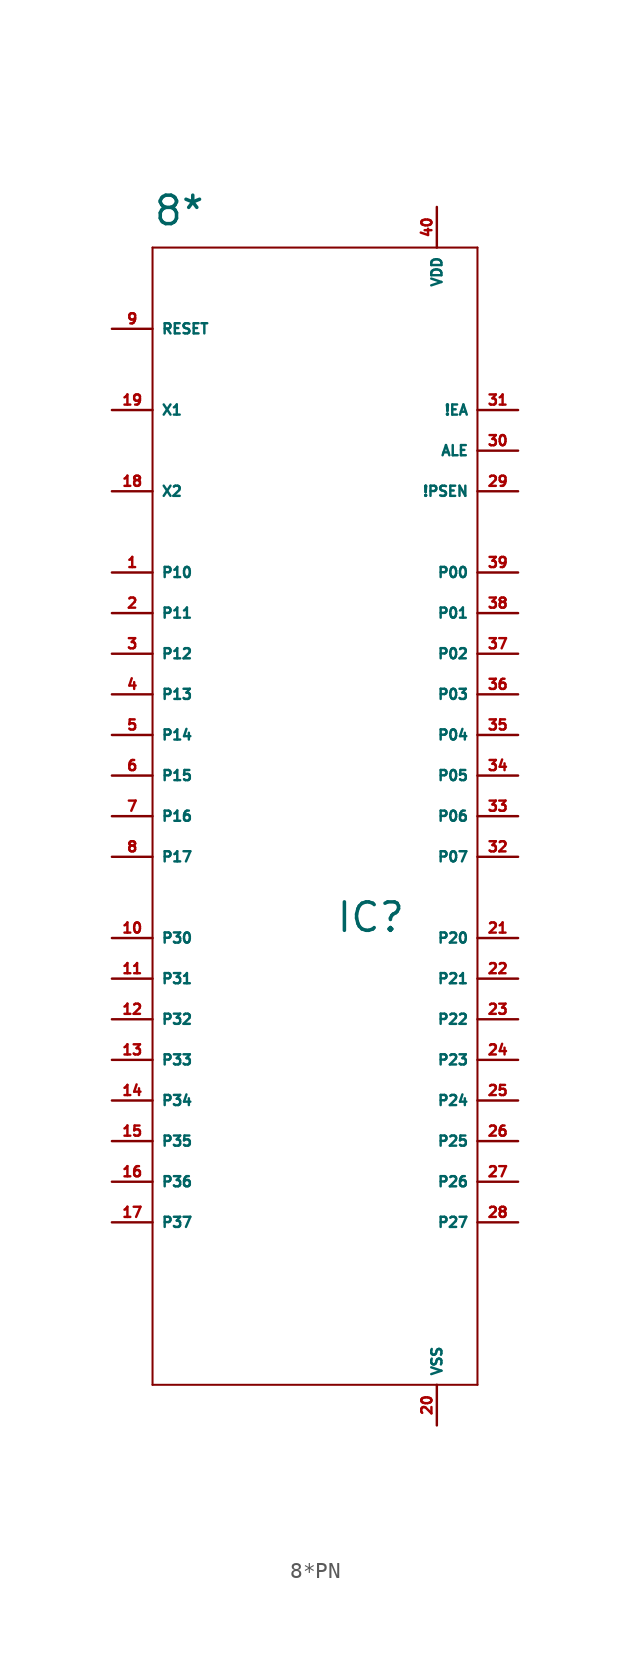
<source format=kicad_sym>
(kicad_symbol_lib
  (version 20220914)
  (generator Eagle2Kicad)
  (symbol "8*PN"
    (property "Reference" "IC"
      (at 1.27 -4.826 0)
      (effects (font (size 1.778 1.778) (thickness 0.22)) (justify left bottom)))
    (property "Value" "8*"
      (at -10.16 39.37 0)
      (effects (font (size 1.778 1.778) (thickness 0.22)) (justify left bottom)))
    (polyline
      (pts (xy -10.16 38.1) (xy 10.16 38.1))
      (stroke (width 0.127) (type default))
      (fill (type none)))
    (polyline
      (pts (xy 10.16 38.1) (xy 10.16 -33.02))
      (stroke (width 0.127) (type default))
      (fill (type none)))
    (polyline
      (pts (xy 10.16 -33.02) (xy -10.16 -33.02))
      (stroke (width 0.127) (type default))
      (fill (type none)))
    (polyline
      (pts (xy -10.16 -33.02) (xy -10.16 38.1))
      (stroke (width 0.127) (type default))
      (fill (type none)))
    (pin bidirectional line
      (at -12.7 5.08 0)
      (length 2.54)
      (name "P15" (effects (font (size 0.635 0.635) (thickness 0.08)) (justify left bottom)))
      (number "6" (effects (font (size 0.635 0.635) (thickness 0.08)) (justify left bottom))))
    (pin bidirectional line
      (at -12.7 2.54 0)
      (length 2.54)
      (name "P16" (effects (font (size 0.635 0.635) (thickness 0.08)) (justify left bottom)))
      (number "7" (effects (font (size 0.635 0.635) (thickness 0.08)) (justify left bottom))))
    (pin bidirectional line
      (at -12.7 0 0)
      (length 2.54)
      (name "P17" (effects (font (size 0.635 0.635) (thickness 0.08)) (justify left bottom)))
      (number "8" (effects (font (size 0.635 0.635) (thickness 0.08)) (justify left bottom))))
    (pin bidirectional line
      (at -12.7 33.02 0)
      (length 2.54)
      (name "RESET" (effects (font (size 0.635 0.635) (thickness 0.08)) (justify left bottom)))
      (number "9" (effects (font (size 0.635 0.635) (thickness 0.08)) (justify left bottom))))
    (pin bidirectional line
      (at -12.7 -5.08 0)
      (length 2.54)
      (name "P30" (effects (font (size 0.635 0.635) (thickness 0.08)) (justify left bottom)))
      (number "10" (effects (font (size 0.635 0.635) (thickness 0.08)) (justify left bottom))))
    (pin bidirectional line
      (at -12.7 -7.62 0)
      (length 2.54)
      (name "P31" (effects (font (size 0.635 0.635) (thickness 0.08)) (justify left bottom)))
      (number "11" (effects (font (size 0.635 0.635) (thickness 0.08)) (justify left bottom))))
    (pin bidirectional line
      (at -12.7 -10.16 0)
      (length 2.54)
      (name "P32" (effects (font (size 0.635 0.635) (thickness 0.08)) (justify left bottom)))
      (number "12" (effects (font (size 0.635 0.635) (thickness 0.08)) (justify left bottom))))
    (pin bidirectional line
      (at -12.7 -12.7 0)
      (length 2.54)
      (name "P33" (effects (font (size 0.635 0.635) (thickness 0.08)) (justify left bottom)))
      (number "13" (effects (font (size 0.635 0.635) (thickness 0.08)) (justify left bottom))))
    (pin bidirectional line
      (at -12.7 -15.24 0)
      (length 2.54)
      (name "P34" (effects (font (size 0.635 0.635) (thickness 0.08)) (justify left bottom)))
      (number "14" (effects (font (size 0.635 0.635) (thickness 0.08)) (justify left bottom))))
    (pin bidirectional line
      (at -12.7 -17.78 0)
      (length 2.54)
      (name "P35" (effects (font (size 0.635 0.635) (thickness 0.08)) (justify left bottom)))
      (number "15" (effects (font (size 0.635 0.635) (thickness 0.08)) (justify left bottom))))
    (pin bidirectional line
      (at -12.7 -20.32 0)
      (length 2.54)
      (name "P36" (effects (font (size 0.635 0.635) (thickness 0.08)) (justify left bottom)))
      (number "16" (effects (font (size 0.635 0.635) (thickness 0.08)) (justify left bottom))))
    (pin bidirectional line
      (at -12.7 -22.86 0)
      (length 2.54)
      (name "P37" (effects (font (size 0.635 0.635) (thickness 0.08)) (justify left bottom)))
      (number "17" (effects (font (size 0.635 0.635) (thickness 0.08)) (justify left bottom))))
    (pin output line
      (at -12.7 22.86 0)
      (length 2.54)
      (name "X2" (effects (font (size 0.635 0.635) (thickness 0.08)) (justify left bottom)))
      (number "18" (effects (font (size 0.635 0.635) (thickness 0.08)) (justify left bottom))))
    (pin input line
      (at -12.7 27.94 0)
      (length 2.54)
      (name "X1" (effects (font (size 0.635 0.635) (thickness 0.08)) (justify left bottom)))
      (number "19" (effects (font (size 0.635 0.635) (thickness 0.08)) (justify left bottom))))
    (pin unspecified line
      (at 7.62 -35.56 90)
      (length 2.54)
      (name "VSS" (effects (font (size 0.635 0.635) (thickness 0.08)) (justify left bottom)))
      (number "20" (effects (font (size 0.635 0.635) (thickness 0.08)) (justify left bottom))))
    (pin bidirectional line
      (at 12.7 -5.08 180)
      (length 2.54)
      (name "P20" (effects (font (size 0.635 0.635) (thickness 0.08)) (justify left bottom)))
      (number "21" (effects (font (size 0.635 0.635) (thickness 0.08)) (justify left bottom))))
    (pin bidirectional line
      (at 12.7 -7.62 180)
      (length 2.54)
      (name "P21" (effects (font (size 0.635 0.635) (thickness 0.08)) (justify left bottom)))
      (number "22" (effects (font (size 0.635 0.635) (thickness 0.08)) (justify left bottom))))
    (pin bidirectional line
      (at 12.7 -10.16 180)
      (length 2.54)
      (name "P22" (effects (font (size 0.635 0.635) (thickness 0.08)) (justify left bottom)))
      (number "23" (effects (font (size 0.635 0.635) (thickness 0.08)) (justify left bottom))))
    (pin bidirectional line
      (at 12.7 -12.7 180)
      (length 2.54)
      (name "P23" (effects (font (size 0.635 0.635) (thickness 0.08)) (justify left bottom)))
      (number "24" (effects (font (size 0.635 0.635) (thickness 0.08)) (justify left bottom))))
    (pin bidirectional line
      (at 12.7 -15.24 180)
      (length 2.54)
      (name "P24" (effects (font (size 0.635 0.635) (thickness 0.08)) (justify left bottom)))
      (number "25" (effects (font (size 0.635 0.635) (thickness 0.08)) (justify left bottom))))
    (pin bidirectional line
      (at 12.7 -17.78 180)
      (length 2.54)
      (name "P25" (effects (font (size 0.635 0.635) (thickness 0.08)) (justify left bottom)))
      (number "26" (effects (font (size 0.635 0.635) (thickness 0.08)) (justify left bottom))))
    (pin bidirectional line
      (at 12.7 -20.32 180)
      (length 2.54)
      (name "P26" (effects (font (size 0.635 0.635) (thickness 0.08)) (justify left bottom)))
      (number "27" (effects (font (size 0.635 0.635) (thickness 0.08)) (justify left bottom))))
    (pin bidirectional line
      (at 12.7 -22.86 180)
      (length 2.54)
      (name "P27" (effects (font (size 0.635 0.635) (thickness 0.08)) (justify left bottom)))
      (number "28" (effects (font (size 0.635 0.635) (thickness 0.08)) (justify left bottom))))
    (pin output line
      (at 12.7 22.86 180)
      (length 2.54)
      (name "!PSEN" (effects (font (size 0.635 0.635) (thickness 0.08)) (justify left bottom)))
      (number "29" (effects (font (size 0.635 0.635) (thickness 0.08)) (justify left bottom))))
    (pin output line
      (at 12.7 25.4 180)
      (length 2.54)
      (name "ALE" (effects (font (size 0.635 0.635) (thickness 0.08)) (justify left bottom)))
      (number "30" (effects (font (size 0.635 0.635) (thickness 0.08)) (justify left bottom))))
    (pin input line
      (at 12.7 27.94 180)
      (length 2.54)
      (name "!EA" (effects (font (size 0.635 0.635) (thickness 0.08)) (justify left bottom)))
      (number "31" (effects (font (size 0.635 0.635) (thickness 0.08)) (justify left bottom))))
    (pin bidirectional line
      (at 12.7 0 180)
      (length 2.54)
      (name "P07" (effects (font (size 0.635 0.635) (thickness 0.08)) (justify left bottom)))
      (number "32" (effects (font (size 0.635 0.635) (thickness 0.08)) (justify left bottom))))
    (pin bidirectional line
      (at 12.7 2.54 180)
      (length 2.54)
      (name "P06" (effects (font (size 0.635 0.635) (thickness 0.08)) (justify left bottom)))
      (number "33" (effects (font (size 0.635 0.635) (thickness 0.08)) (justify left bottom))))
    (pin bidirectional line
      (at 12.7 5.08 180)
      (length 2.54)
      (name "P05" (effects (font (size 0.635 0.635) (thickness 0.08)) (justify left bottom)))
      (number "34" (effects (font (size 0.635 0.635) (thickness 0.08)) (justify left bottom))))
    (pin bidirectional line
      (at 12.7 7.62 180)
      (length 2.54)
      (name "P04" (effects (font (size 0.635 0.635) (thickness 0.08)) (justify left bottom)))
      (number "35" (effects (font (size 0.635 0.635) (thickness 0.08)) (justify left bottom))))
    (pin bidirectional line
      (at 12.7 10.16 180)
      (length 2.54)
      (name "P03" (effects (font (size 0.635 0.635) (thickness 0.08)) (justify left bottom)))
      (number "36" (effects (font (size 0.635 0.635) (thickness 0.08)) (justify left bottom))))
    (pin bidirectional line
      (at 12.7 12.7 180)
      (length 2.54)
      (name "P02" (effects (font (size 0.635 0.635) (thickness 0.08)) (justify left bottom)))
      (number "37" (effects (font (size 0.635 0.635) (thickness 0.08)) (justify left bottom))))
    (pin bidirectional line
      (at 12.7 15.24 180)
      (length 2.54)
      (name "P01" (effects (font (size 0.635 0.635) (thickness 0.08)) (justify left bottom)))
      (number "38" (effects (font (size 0.635 0.635) (thickness 0.08)) (justify left bottom))))
    (pin bidirectional line
      (at 12.7 17.78 180)
      (length 2.54)
      (name "P00" (effects (font (size 0.635 0.635) (thickness 0.08)) (justify left bottom)))
      (number "39" (effects (font (size 0.635 0.635) (thickness 0.08)) (justify left bottom))))
    (pin unspecified line
      (at 7.62 40.64 270)
      (length 2.54)
      (name "VDD" (effects (font (size 0.635 0.635) (thickness 0.08)) (justify left bottom)))
      (number "40" (effects (font (size 0.635 0.635) (thickness 0.08)) (justify left bottom))))
    (pin bidirectional line
      (at -12.7 17.78 0)
      (length 2.54)
      (name "P10" (effects (font (size 0.635 0.635) (thickness 0.08)) (justify left bottom)))
      (number "1" (effects (font (size 0.635 0.635) (thickness 0.08)) (justify left bottom))))
    (pin bidirectional line
      (at -12.7 15.24 0)
      (length 2.54)
      (name "P11" (effects (font (size 0.635 0.635) (thickness 0.08)) (justify left bottom)))
      (number "2" (effects (font (size 0.635 0.635) (thickness 0.08)) (justify left bottom))))
    (pin bidirectional line
      (at -12.7 12.7 0)
      (length 2.54)
      (name "P12" (effects (font (size 0.635 0.635) (thickness 0.08)) (justify left bottom)))
      (number "3" (effects (font (size 0.635 0.635) (thickness 0.08)) (justify left bottom))))
    (pin bidirectional line
      (at -12.7 10.16 0)
      (length 2.54)
      (name "P13" (effects (font (size 0.635 0.635) (thickness 0.08)) (justify left bottom)))
      (number "4" (effects (font (size 0.635 0.635) (thickness 0.08)) (justify left bottom))))
    (pin bidirectional line
      (at -12.7 7.62 0)
      (length 2.54)
      (name "P14" (effects (font (size 0.635 0.635) (thickness 0.08)) (justify left bottom)))
      (number "5" (effects (font (size 0.635 0.635) (thickness 0.08)) (justify left bottom))))))
</source>
